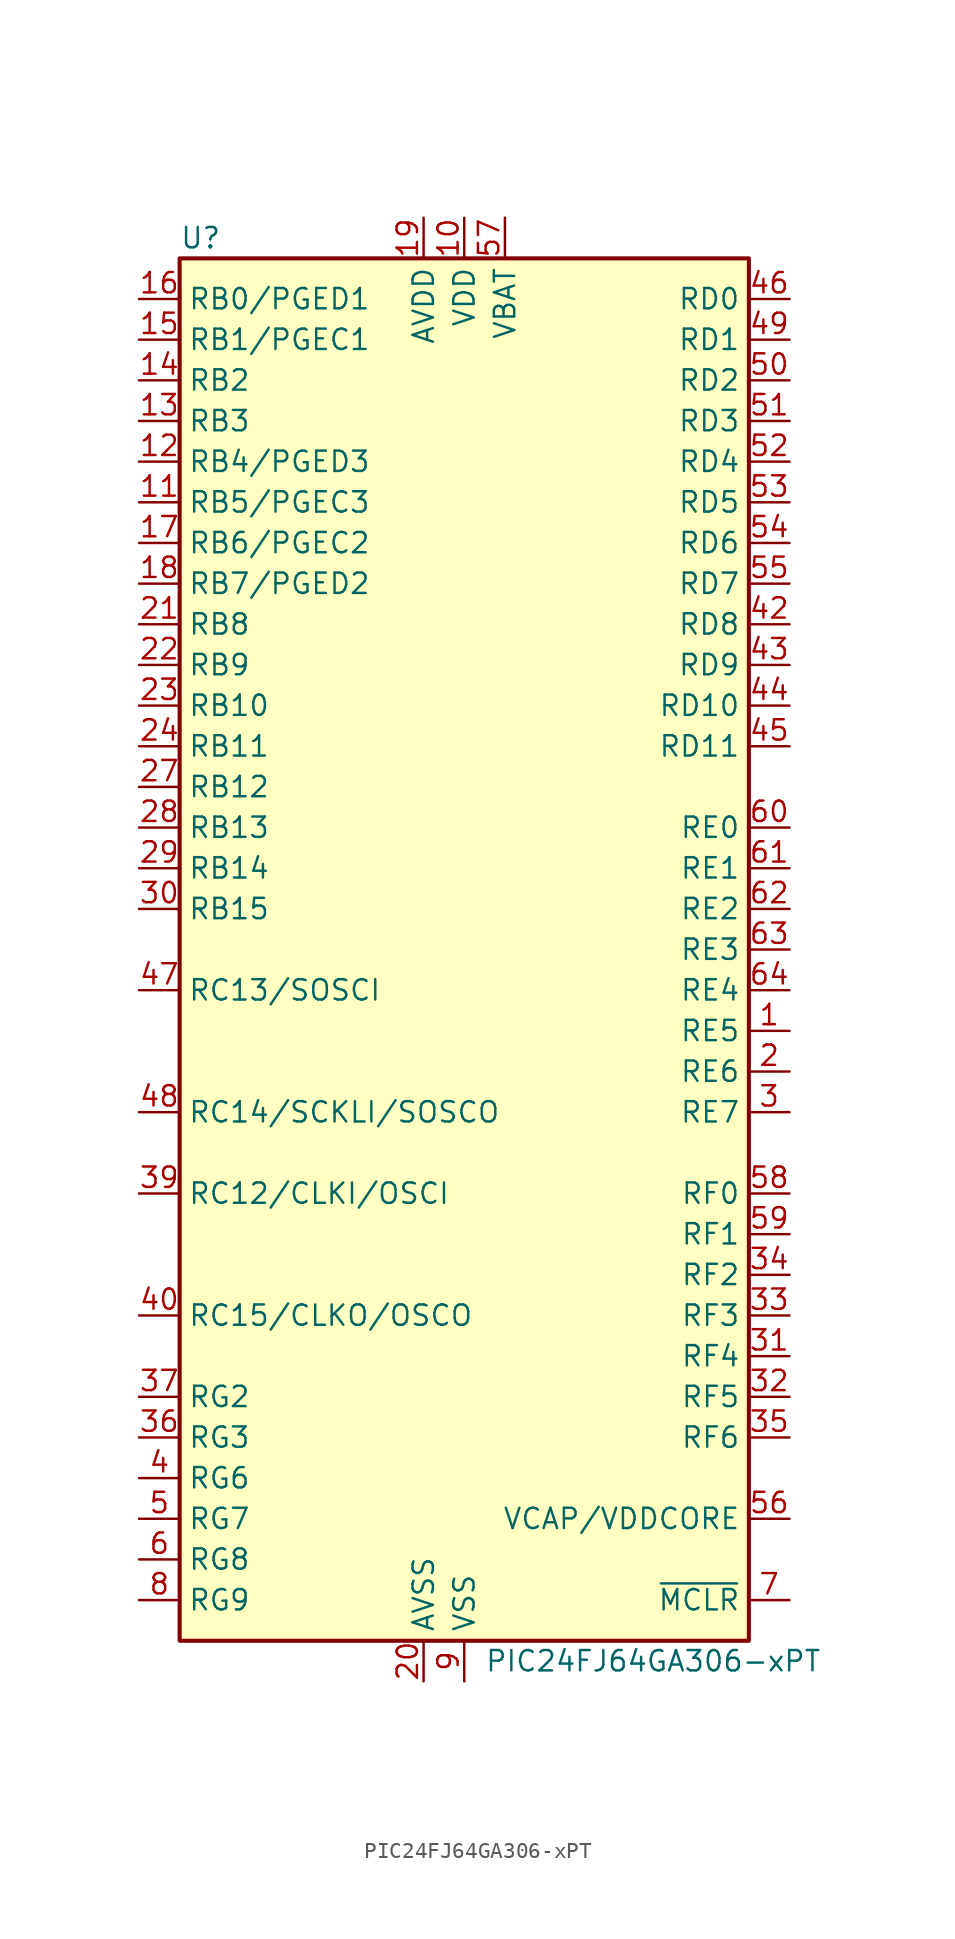
<source format=kicad_sym>
(kicad_symbol_lib
  (version 20241209)
  (generator "kicad_symbol_editor")
  (generator_version "9.0")
  (symbol "PIC24FJ64GA306-xPT"
    (property "Reference" "U"
      (at -17.78 44.45 0)
      (effects (font (size 1.27 1.27)) (justify left)))
    (property "Value" "PIC24FJ64GA306-xPT"
      (at 1.27 -44.45 0)
      (effects (font (size 1.27 1.27)) (justify left)))
    (symbol "PIC24FJ64GA306-xPT_1_1"
      (rectangle (start -17.78 43.18) (end 17.78 -43.18) (stroke (width 0.254) (type default)) (fill (type background)))
      (pin bidirectional line (at -20.32 40.64 0) (length 2.54) (name "RB0/PGED1" (effects (font (size 1.27 1.27)))) (number "16" (effects (font (size 1.27 1.27)))) (alternate "AN0" bidirectional line) (alternate "CN2" bidirectional line) (alternate "CVREF+" bidirectional line) (alternate "PMA6" bidirectional line) (alternate "RP0" bidirectional line) (alternate "SEG7" bidirectional line))
      (pin bidirectional line (at -20.32 38.1 0) (length 2.54) (name "RB1/PGEC1" (effects (font (size 1.27 1.27)))) (number "15" (effects (font (size 1.27 1.27)))) (alternate "AN1" bidirectional line) (alternate "CN3" bidirectional line) (alternate "CTED12" bidirectional line) (alternate "CVREF-" bidirectional line) (alternate "RP1" bidirectional line) (alternate "SEG6" bidirectional line))
      (pin bidirectional line (at -20.32 35.56 0) (length 2.54) (name "RB2" (effects (font (size 1.27 1.27)))) (number "14" (effects (font (size 1.27 1.27)))) (alternate "AN2" bidirectional line) (alternate "C2INB" bidirectional line) (alternate "CN4" bidirectional line) (alternate "CTCMP" bidirectional line) (alternate "CTED13" bidirectional line) (alternate "RP13" bidirectional line) (alternate "SEG5" bidirectional line))
      (pin bidirectional line (at -20.32 33.02 0) (length 2.54) (name "RB3" (effects (font (size 1.27 1.27)))) (number "13" (effects (font (size 1.27 1.27)))) (alternate "AN3" bidirectional line) (alternate "C2INA" bidirectional line) (alternate "CN5" bidirectional line) (alternate "SEG4" bidirectional line))
      (pin bidirectional line (at -20.32 30.48 0) (length 2.54) (name "RB4/PGED3" (effects (font (size 1.27 1.27)))) (number "12" (effects (font (size 1.27 1.27)))) (alternate "AN4" bidirectional line) (alternate "C1INB" bidirectional line) (alternate "CN6" bidirectional line) (alternate "RP28" bidirectional line) (alternate "SEG3" bidirectional line))
      (pin bidirectional line (at -20.32 27.94 0) (length 2.54) (name "RB5/PGEC3" (effects (font (size 1.27 1.27)))) (number "11" (effects (font (size 1.27 1.27)))) (alternate "AN5" bidirectional line) (alternate "C1INA" bidirectional line) (alternate "CN7" bidirectional line) (alternate "RP18" bidirectional line) (alternate "SEG2" bidirectional line))
      (pin bidirectional line (at -20.32 25.4 0) (length 2.54) (name "RB6/PGEC2" (effects (font (size 1.27 1.27)))) (number "17" (effects (font (size 1.27 1.27)))) (alternate "AN6" bidirectional line) (alternate "CN24" bidirectional line) (alternate "LCDBIAS3" bidirectional line) (alternate "RP6" bidirectional line))
      (pin bidirectional line (at -20.32 22.86 0) (length 2.54) (name "RB7/PGED2" (effects (font (size 1.27 1.27)))) (number "18" (effects (font (size 1.27 1.27)))) (alternate "AN7" bidirectional line) (alternate "CN25" bidirectional line) (alternate "RP7" bidirectional line))
      (pin bidirectional line (at -20.32 20.32 0) (length 2.54) (name "RB8" (effects (font (size 1.27 1.27)))) (number "21" (effects (font (size 1.27 1.27)))) (alternate "AN8" bidirectional line) (alternate "CN26" bidirectional line) (alternate "COM7" bidirectional line) (alternate "RP8" bidirectional line) (alternate "SEG31" bidirectional line))
      (pin bidirectional line (at -20.32 17.78 0) (length 2.54) (name "RB9" (effects (font (size 1.27 1.27)))) (number "22" (effects (font (size 1.27 1.27)))) (alternate "AN9" bidirectional line) (alternate "CN27" bidirectional line) (alternate "COM6" bidirectional line) (alternate "PMA7" bidirectional line) (alternate "RP9" bidirectional line) (alternate "SEG30" bidirectional line))
      (pin bidirectional line (at -20.32 15.24 0) (length 2.54) (name "RB10" (effects (font (size 1.27 1.27)))) (number "23" (effects (font (size 1.27 1.27)))) (alternate "AN10" bidirectional line) (alternate "CN28" bidirectional line) (alternate "COM5" bidirectional line) (alternate "CVREF" bidirectional line) (alternate "PMA13" bidirectional line) (alternate "SEG29" bidirectional line) (alternate "TMS" bidirectional line))
      (pin bidirectional line (at -20.32 12.7 0) (length 2.54) (name "RB11" (effects (font (size 1.27 1.27)))) (number "24" (effects (font (size 1.27 1.27)))) (alternate "AN11" bidirectional line) (alternate "CN29" bidirectional line) (alternate "PMA12" bidirectional line) (alternate "TDO" bidirectional line))
      (pin bidirectional line (at -20.32 10.16 0) (length 2.54) (name "RB12" (effects (font (size 1.27 1.27)))) (number "27" (effects (font (size 1.27 1.27)))) (alternate "AN12" bidirectional line) (alternate "CN30" bidirectional line) (alternate "CTED2" bidirectional line) (alternate "PMA11" bidirectional line) (alternate "SEG18" bidirectional line) (alternate "TCK" bidirectional line))
      (pin bidirectional line (at -20.32 7.62 0) (length 2.54) (name "RB13" (effects (font (size 1.27 1.27)))) (number "28" (effects (font (size 1.27 1.27)))) (alternate "AN13" bidirectional line) (alternate "CN31" bidirectional line) (alternate "CTED1" bidirectional line) (alternate "PMA10" bidirectional line) (alternate "SEG19" bidirectional line) (alternate "TDI" bidirectional line))
      (pin bidirectional line (at -20.32 5.08 0) (length 2.54) (name "RB14" (effects (font (size 1.27 1.27)))) (number "29" (effects (font (size 1.27 1.27)))) (alternate "AN14" bidirectional line) (alternate "CN32" bidirectional line) (alternate "CTED5" bidirectional line) (alternate "CTPLS" bidirectional line) (alternate "PMA1" bidirectional line) (alternate "RP14" bidirectional line) (alternate "SEG8" bidirectional line))
      (pin bidirectional line (at -20.32 2.54 0) (length 2.54) (name "RB15" (effects (font (size 1.27 1.27)))) (number "30" (effects (font (size 1.27 1.27)))) (alternate "AN15" bidirectional line) (alternate "CN12" bidirectional line) (alternate "CTED6" bidirectional line) (alternate "PMA0" bidirectional line) (alternate "REFO" bidirectional line) (alternate "RP29" bidirectional line) (alternate "SEG9" bidirectional line))
      (pin bidirectional line (at -20.32 -2.54 0) (length 2.54) (name "RC13/SOSCI" (effects (font (size 1.27 1.27)))) (number "47" (effects (font (size 1.27 1.27)))))
      (pin bidirectional line (at -20.32 -10.16 0) (length 2.54) (name "RC14/SCKLI/SOSCO" (effects (font (size 1.27 1.27)))) (number "48" (effects (font (size 1.27 1.27)))) (alternate "RPI37" bidirectional line))
      (pin bidirectional line (at -20.32 -15.24 0) (length 2.54) (name "RC12/CLKI/OSCI" (effects (font (size 1.27 1.27)))) (number "39" (effects (font (size 1.27 1.27)))) (alternate "CN23" bidirectional line))
      (pin bidirectional line (at -20.32 -22.86 0) (length 2.54) (name "RC15/CLKO/OSCO" (effects (font (size 1.27 1.27)))) (number "40" (effects (font (size 1.27 1.27)))) (alternate "CN22" bidirectional line))
      (pin bidirectional line (at -20.32 -27.94 0) (length 2.54) (name "RG2" (effects (font (size 1.27 1.27)))) (number "37" (effects (font (size 1.27 1.27)))) (alternate "CN72" bidirectional line) (alternate "SCL1" bidirectional line) (alternate "SEG28" bidirectional line))
      (pin bidirectional line (at -20.32 -30.48 0) (length 2.54) (name "RG3" (effects (font (size 1.27 1.27)))) (number "36" (effects (font (size 1.27 1.27)))) (alternate "CN73" bidirectional line) (alternate "SDA1" bidirectional line) (alternate "SEG47" bidirectional line))
      (pin bidirectional line (at -20.32 -33.02 0) (length 2.54) (name "RG6" (effects (font (size 1.27 1.27)))) (number "4" (effects (font (size 1.27 1.27)))) (alternate "C1IND" bidirectional line) (alternate "CN8" bidirectional line) (alternate "PMA5" bidirectional line) (alternate "RP21" bidirectional line) (alternate "SEG0" bidirectional line))
      (pin bidirectional line (at -20.32 -35.56 0) (length 2.54) (name "RG7" (effects (font (size 1.27 1.27)))) (number "5" (effects (font (size 1.27 1.27)))) (alternate "C1INC" bidirectional line) (alternate "CN9" bidirectional line) (alternate "PMA4" bidirectional line) (alternate "RP26" bidirectional line) (alternate "VLCAP1" bidirectional line))
      (pin bidirectional line (at -20.32 -38.1 0) (length 2.54) (name "RG8" (effects (font (size 1.27 1.27)))) (number "6" (effects (font (size 1.27 1.27)))) (alternate "C2IND" bidirectional line) (alternate "CN10" bidirectional line) (alternate "PMA3" bidirectional line) (alternate "RP19" bidirectional line) (alternate "VLCAP2" bidirectional line))
      (pin bidirectional line (at -20.32 -40.64 0) (length 2.54) (name "RG9" (effects (font (size 1.27 1.27)))) (number "8" (effects (font (size 1.27 1.27)))) (alternate "C2INC" bidirectional line) (alternate "CN11" bidirectional line) (alternate "PMA2" bidirectional line) (alternate "RP27" bidirectional line) (alternate "SEG1" bidirectional line))
      (pin power_in line (at -2.54 45.72 270) (length 2.54) (name "AVDD" (effects (font (size 1.27 1.27)))) (number "19" (effects (font (size 1.27 1.27)))))
      (pin power_in line (at -2.54 -45.72 90) (length 2.54) (name "AVSS" (effects (font (size 1.27 1.27)))) (number "20" (effects (font (size 1.27 1.27)))))
      (pin power_in line (at 0 45.72 270) (length 2.54) (name "VDD" (effects (font (size 1.27 1.27)))) (number "10" (effects (font (size 1.27 1.27)))))
      (pin passive line (at 0 45.72 270) (length 2.54) (hide yes) (name "VDD" (effects (font (size 1.27 1.27)))) (number "26" (effects (font (size 1.27 1.27)))))
      (pin passive line (at 0 45.72 270) (length 2.54) (hide yes) (name "VDD" (effects (font (size 1.27 1.27)))) (number "38" (effects (font (size 1.27 1.27)))))
      (pin passive line (at 0 -45.72 90) (length 2.54) (hide yes) (name "VSS" (effects (font (size 1.27 1.27)))) (number "25" (effects (font (size 1.27 1.27)))))
      (pin passive line (at 0 -45.72 90) (length 2.54) (hide yes) (name "VSS" (effects (font (size 1.27 1.27)))) (number "41" (effects (font (size 1.27 1.27)))))
      (pin power_in line (at 0 -45.72 90) (length 2.54) (name "VSS" (effects (font (size 1.27 1.27)))) (number "9" (effects (font (size 1.27 1.27)))))
      (pin power_in line (at 2.54 45.72 270) (length 2.54) (name "VBAT" (effects (font (size 1.27 1.27)))) (number "57" (effects (font (size 1.27 1.27)))))
      (pin bidirectional line (at 20.32 40.64 180) (length 2.54) (name "RD0" (effects (font (size 1.27 1.27)))) (number "46" (effects (font (size 1.27 1.27)))) (alternate "CN49" bidirectional line) (alternate "RP11" bidirectional line) (alternate "SEG17" bidirectional line))
      (pin bidirectional line (at 20.32 38.1 180) (length 2.54) (name "RD1" (effects (font (size 1.27 1.27)))) (number "49" (effects (font (size 1.27 1.27)))) (alternate "CN50" bidirectional line) (alternate "RP24" bidirectional line) (alternate "SEG20" bidirectional line))
      (pin bidirectional line (at 20.32 35.56 180) (length 2.54) (name "RD2" (effects (font (size 1.27 1.27)))) (number "50" (effects (font (size 1.27 1.27)))) (alternate "CN51" bidirectional line) (alternate "PMACK1" bidirectional line) (alternate "RP23" bidirectional line) (alternate "SEG21" bidirectional line))
      (pin bidirectional line (at 20.32 33.02 180) (length 2.54) (name "RD3" (effects (font (size 1.27 1.27)))) (number "51" (effects (font (size 1.27 1.27)))) (alternate "CN52" bidirectional line) (alternate "PMBE0" bidirectional line) (alternate "RP22" bidirectional line) (alternate "SEG22" bidirectional line))
      (pin bidirectional line (at 20.32 30.48 180) (length 2.54) (name "RD4" (effects (font (size 1.27 1.27)))) (number "52" (effects (font (size 1.27 1.27)))) (alternate "CN13" bidirectional line) (alternate "PMWR" bidirectional line) (alternate "RP25" bidirectional line) (alternate "SEG23" bidirectional line))
      (pin bidirectional line (at 20.32 27.94 180) (length 2.54) (name "RD5" (effects (font (size 1.27 1.27)))) (number "53" (effects (font (size 1.27 1.27)))) (alternate "CN14" bidirectional line) (alternate "PMRD" bidirectional line) (alternate "RP20" bidirectional line) (alternate "SEG24" bidirectional line))
      (pin bidirectional line (at 20.32 25.4 180) (length 2.54) (name "RD6" (effects (font (size 1.27 1.27)))) (number "54" (effects (font (size 1.27 1.27)))) (alternate "C3INB" bidirectional line) (alternate "CN15" bidirectional line) (alternate "SEG25" bidirectional line))
      (pin bidirectional line (at 20.32 22.86 180) (length 2.54) (name "RD7" (effects (font (size 1.27 1.27)))) (number "55" (effects (font (size 1.27 1.27)))) (alternate "C3INA" bidirectional line) (alternate "CN16" bidirectional line) (alternate "SEG26" bidirectional line))
      (pin bidirectional line (at 20.32 20.32 180) (length 2.54) (name "RD8" (effects (font (size 1.27 1.27)))) (number "42" (effects (font (size 1.27 1.27)))) (alternate "CN53" bidirectional line) (alternate "RP2" bidirectional line) (alternate "RTCC" bidirectional line) (alternate "SEG13" bidirectional line))
      (pin bidirectional line (at 20.32 17.78 180) (length 2.54) (name "RD9" (effects (font (size 1.27 1.27)))) (number "43" (effects (font (size 1.27 1.27)))) (alternate "CN54" bidirectional line) (alternate "PMACK2" bidirectional line) (alternate "RP4" bidirectional line) (alternate "SEG14" bidirectional line))
      (pin bidirectional line (at 20.32 15.24 180) (length 2.54) (name "RD10" (effects (font (size 1.27 1.27)))) (number "44" (effects (font (size 1.27 1.27)))) (alternate "C3IND" bidirectional line) (alternate "CN55" bidirectional line) (alternate "CS2" bidirectional line) (alternate "PMA15" bidirectional line) (alternate "RP3" bidirectional line) (alternate "SEG15" bidirectional line))
      (pin bidirectional line (at 20.32 12.7 180) (length 2.54) (name "RD11" (effects (font (size 1.27 1.27)))) (number "45" (effects (font (size 1.27 1.27)))) (alternate "C3INC" bidirectional line) (alternate "CN56" bidirectional line) (alternate "CS1" bidirectional line) (alternate "PMA14" bidirectional line) (alternate "RP12" bidirectional line) (alternate "SEG16" bidirectional line))
      (pin bidirectional line (at 20.32 7.62 180) (length 2.54) (name "RE0" (effects (font (size 1.27 1.27)))) (number "60" (effects (font (size 1.27 1.27)))) (alternate "CN58" bidirectional line) (alternate "COM3" bidirectional line) (alternate "PMD0" bidirectional line))
      (pin bidirectional line (at 20.32 5.08 180) (length 2.54) (name "RE1" (effects (font (size 1.27 1.27)))) (number "61" (effects (font (size 1.27 1.27)))) (alternate "CN59" bidirectional line) (alternate "COM2" bidirectional line) (alternate "PMD1" bidirectional line))
      (pin bidirectional line (at 20.32 2.54 180) (length 2.54) (name "RE2" (effects (font (size 1.27 1.27)))) (number "62" (effects (font (size 1.27 1.27)))) (alternate "CN60" bidirectional line) (alternate "COM1" bidirectional line) (alternate "PMD2" bidirectional line))
      (pin bidirectional line (at 20.32 0 180) (length 2.54) (name "RE3" (effects (font (size 1.27 1.27)))) (number "63" (effects (font (size 1.27 1.27)))) (alternate "CN61" bidirectional line) (alternate "COM0" bidirectional line) (alternate "CTED9" bidirectional line) (alternate "PMD3" bidirectional line))
      (pin bidirectional line (at 20.32 -2.54 180) (length 2.54) (name "RE4" (effects (font (size 1.27 1.27)))) (number "64" (effects (font (size 1.27 1.27)))) (alternate "CN62" bidirectional line) (alternate "CTED8" bidirectional line) (alternate "HLVDIN" bidirectional line) (alternate "PMD4" bidirectional line))
      (pin bidirectional line (at 20.32 -5.08 180) (length 2.54) (name "RE5" (effects (font (size 1.27 1.27)))) (number "1" (effects (font (size 1.27 1.27)))) (alternate "CN63" bidirectional line) (alternate "CTED4" bidirectional line) (alternate "LCDBIAS2" bidirectional line) (alternate "PMD5" bidirectional line))
      (pin bidirectional line (at 20.32 -7.62 180) (length 2.54) (name "RE6" (effects (font (size 1.27 1.27)))) (number "2" (effects (font (size 1.27 1.27)))) (alternate "CN64" bidirectional line) (alternate "LCDBIAS1" bidirectional line) (alternate "PMD6" bidirectional line))
      (pin bidirectional line (at 20.32 -10.16 180) (length 2.54) (name "RE7" (effects (font (size 1.27 1.27)))) (number "3" (effects (font (size 1.27 1.27)))) (alternate "CN65" bidirectional line) (alternate "LCDBIAS0" bidirectional line) (alternate "PMD7" bidirectional line))
      (pin bidirectional line (at 20.32 -15.24 180) (length 2.54) (name "RF0" (effects (font (size 1.27 1.27)))) (number "58" (effects (font (size 1.27 1.27)))) (alternate "CN68" bidirectional line) (alternate "SEG27" bidirectional line))
      (pin bidirectional line (at 20.32 -17.78 180) (length 2.54) (name "RF1" (effects (font (size 1.27 1.27)))) (number "59" (effects (font (size 1.27 1.27)))) (alternate "CN69" bidirectional line) (alternate "COM4" bidirectional line) (alternate "SEG48" bidirectional line))
      (pin bidirectional line (at 20.32 -20.32 180) (length 2.54) (name "RF2" (effects (font (size 1.27 1.27)))) (number "34" (effects (font (size 1.27 1.27)))) (alternate "CN70" bidirectional line) (alternate "RP30" bidirectional line))
      (pin bidirectional line (at 20.32 -22.86 180) (length 2.54) (name "RF3" (effects (font (size 1.27 1.27)))) (number "33" (effects (font (size 1.27 1.27)))) (alternate "CN71" bidirectional line) (alternate "RP16" bidirectional line) (alternate "SEG12" bidirectional line))
      (pin bidirectional line (at 20.32 -25.4 180) (length 2.54) (name "RF4" (effects (font (size 1.27 1.27)))) (number "31" (effects (font (size 1.27 1.27)))) (alternate "CN17" bidirectional line) (alternate "PMA9" bidirectional line) (alternate "RP10" bidirectional line) (alternate "SDA2" bidirectional line) (alternate "SEG10" bidirectional line))
      (pin bidirectional line (at 20.32 -27.94 180) (length 2.54) (name "RF5" (effects (font (size 1.27 1.27)))) (number "32" (effects (font (size 1.27 1.27)))) (alternate "CN18" bidirectional line) (alternate "PMA8" bidirectional line) (alternate "RP17" bidirectional line) (alternate "SCL2" bidirectional line) (alternate "SEG11" bidirectional line))
      (pin bidirectional line (at 20.32 -30.48 180) (length 2.54) (name "RF6" (effects (font (size 1.27 1.27)))) (number "35" (effects (font (size 1.27 1.27)))) (alternate "CN84" bidirectional line) (alternate "INT0" bidirectional line))
      (pin passive line (at 20.32 -35.56 180) (length 2.54) (name "VCAP/VDDCORE" (effects (font (size 1.27 1.27)))) (number "56" (effects (font (size 1.27 1.27)))))
      (pin input line (at 20.32 -40.64 180) (length 2.54) (name "~{MCLR}" (effects (font (size 1.27 1.27)))) (number "7" (effects (font (size 1.27 1.27))))))))
</source>
